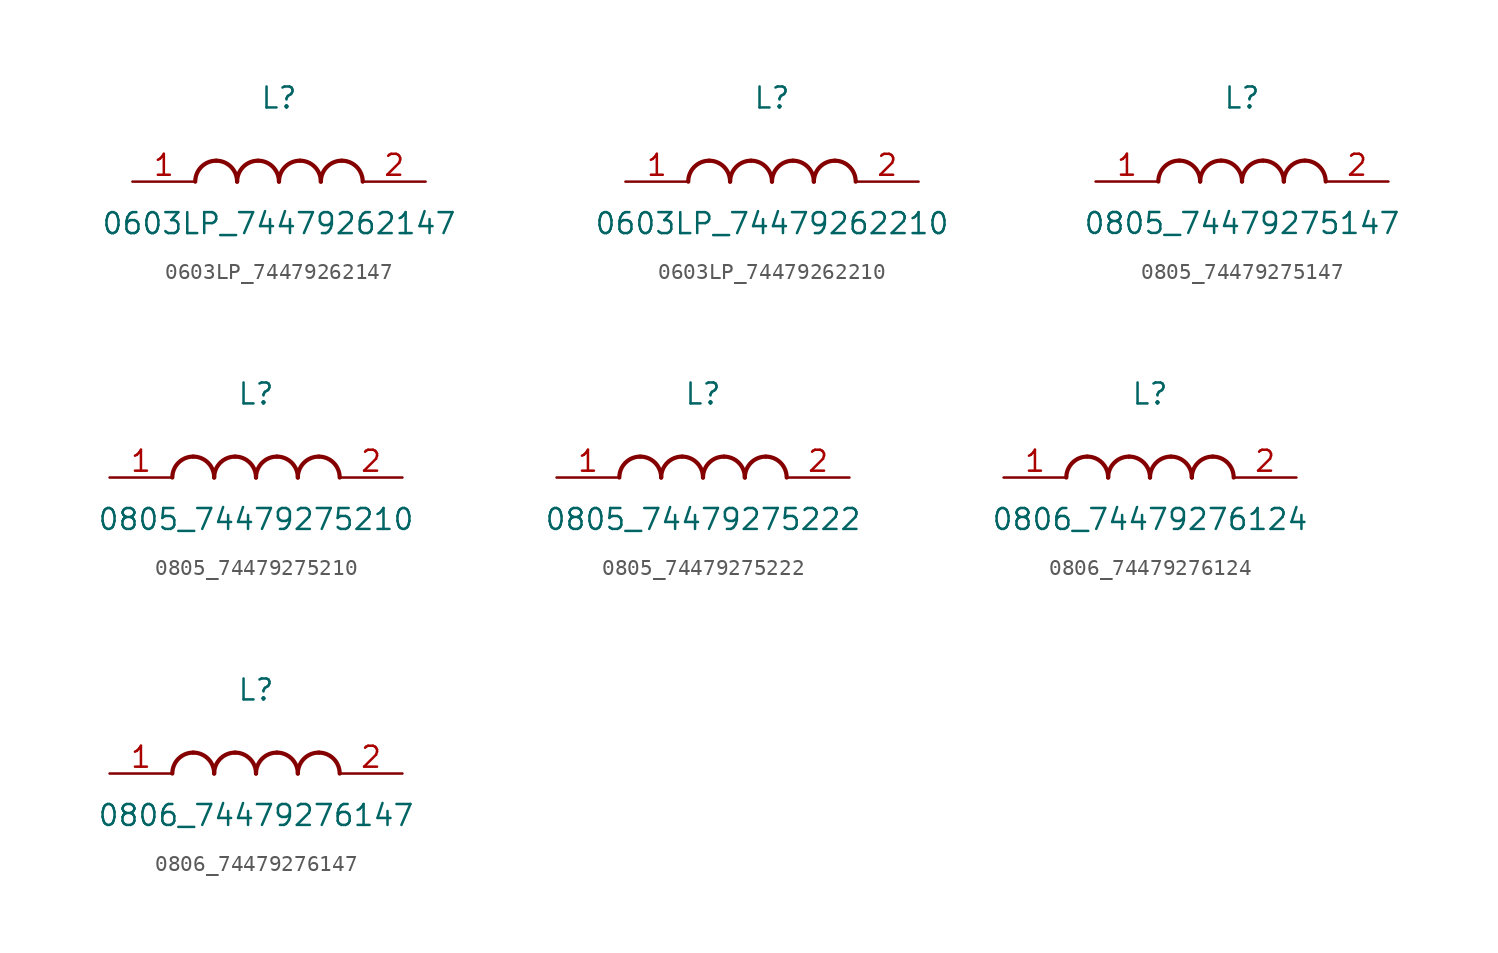
<source format=kicad_sym>
(kicad_symbol_lib
  (version 20211014)
  (generator kicad_symbol_editor)
  (symbol "Inductor_Wurth_WE-PMCI:0603LP_74479262147"
    (pin_names hide)
    (property "Reference" "L"
      (at 0 5.08 0)
      (effects (font (size 1.27 1.27))))
    (property "Value" "0603LP_74479262147"
      (at 0 -2.54 0)
      (effects (font (size 1.27 1.27))))
    (symbol "0603LP_74479262147_0_1"
      (arc (start -3.81 1.27) (mid -4.708 0.898) (end -5.08 0) (stroke (width 0.254) (type default) (color 0 0 0 0)) (fill (type none)))
      (arc (start -2.54 0) (mid -2.912 0.898) (end -3.81 1.27) (stroke (width 0.254) (type default) (color 0 0 0 0)) (fill (type none)))
      (arc (start -1.2699 1.2701) (mid -2.1679 0.8981) (end -2.5399 0.0001) (stroke (width 0.254) (type default) (color 0 0 0 0)) (fill (type none)))
      (arc (start 0.0001 0.0001) (mid -0.3719 0.8981) (end -1.2699 1.2701) (stroke (width 0.254) (type default) (color 0 0 0 0)) (fill (type none)))
      (arc (start 1.2701 1.2701) (mid 0.3721 0.8981) (end 0.0001 0.0001) (stroke (width 0.254) (type default) (color 0 0 0 0)) (fill (type none)))
      (arc (start 2.5401 0.0001) (mid 2.1681 0.8981) (end 1.2701 1.2701) (stroke (width 0.254) (type default) (color 0 0 0 0)) (fill (type none)))
      (arc (start 3.8101 1.2701) (mid 2.9121 0.8981) (end 2.5401 0.0001) (stroke (width 0.254) (type default) (color 0 0 0 0)) (fill (type none)))
      (arc (start 5.0801 0.0001) (mid 4.7081 0.8981) (end 3.8101 1.2701) (stroke (width 0.254) (type default) (color 0 0 0 0)) (fill (type none))))
    (symbol "0603LP_74479262147_1_1"
      (pin passive line (at -8.89 0 0) (length 3.81) (name "1" (effects (font (size 1.27 1.27)))) (number "1" (effects (font (size 1.27 1.27)))))
      (pin passive line (at 8.89 0 180) (length 3.81) (name "2" (effects (font (size 1.27 1.27)))) (number "2" (effects (font (size 1.27 1.27)))))))
  (symbol "Inductor_Wurth_WE-PMCI:0603LP_74479262210"
    (pin_names hide)
    (property "Reference" "L"
      (at 0 5.08 0)
      (effects (font (size 1.27 1.27))))
    (property "Value" "0603LP_74479262210"
      (at 0 -2.54 0)
      (effects (font (size 1.27 1.27))))
    (symbol "0603LP_74479262210_0_1"
      (arc (start -3.81 1.27) (mid -4.708 0.898) (end -5.08 0) (stroke (width 0.254) (type default) (color 0 0 0 0)) (fill (type none)))
      (arc (start -2.54 0) (mid -2.912 0.898) (end -3.81 1.27) (stroke (width 0.254) (type default) (color 0 0 0 0)) (fill (type none)))
      (arc (start -1.2699 1.2701) (mid -2.1679 0.8981) (end -2.5399 0.0001) (stroke (width 0.254) (type default) (color 0 0 0 0)) (fill (type none)))
      (arc (start 0.0001 0.0001) (mid -0.3719 0.8981) (end -1.2699 1.2701) (stroke (width 0.254) (type default) (color 0 0 0 0)) (fill (type none)))
      (arc (start 1.2701 1.2701) (mid 0.3721 0.8981) (end 0.0001 0.0001) (stroke (width 0.254) (type default) (color 0 0 0 0)) (fill (type none)))
      (arc (start 2.5401 0.0001) (mid 2.1681 0.8981) (end 1.2701 1.2701) (stroke (width 0.254) (type default) (color 0 0 0 0)) (fill (type none)))
      (arc (start 3.8101 1.2701) (mid 2.9121 0.8981) (end 2.5401 0.0001) (stroke (width 0.254) (type default) (color 0 0 0 0)) (fill (type none)))
      (arc (start 5.0801 0.0001) (mid 4.7081 0.8981) (end 3.8101 1.2701) (stroke (width 0.254) (type default) (color 0 0 0 0)) (fill (type none))))
    (symbol "0603LP_74479262210_1_1"
      (pin passive line (at -8.89 0 0) (length 3.81) (name "1" (effects (font (size 1.27 1.27)))) (number "1" (effects (font (size 1.27 1.27)))))
      (pin passive line (at 8.89 0 180) (length 3.81) (name "2" (effects (font (size 1.27 1.27)))) (number "2" (effects (font (size 1.27 1.27)))))))
  (symbol "Inductor_Wurth_WE-PMCI:0805_74479275147"
    (pin_names hide)
    (property "Reference" "L"
      (at 0 5.08 0)
      (effects (font (size 1.27 1.27))))
    (property "Value" "0805_74479275147"
      (at 0 -2.54 0)
      (effects (font (size 1.27 1.27))))
    (symbol "0805_74479275147_0_1"
      (arc (start -3.81 1.27) (mid -4.708 0.898) (end -5.08 0) (stroke (width 0.254) (type default) (color 0 0 0 0)) (fill (type none)))
      (arc (start -2.54 0) (mid -2.912 0.898) (end -3.81 1.27) (stroke (width 0.254) (type default) (color 0 0 0 0)) (fill (type none)))
      (arc (start -1.2699 1.2701) (mid -2.1679 0.8981) (end -2.5399 0.0001) (stroke (width 0.254) (type default) (color 0 0 0 0)) (fill (type none)))
      (arc (start 0.0001 0.0001) (mid -0.3719 0.8981) (end -1.2699 1.2701) (stroke (width 0.254) (type default) (color 0 0 0 0)) (fill (type none)))
      (arc (start 1.2701 1.2701) (mid 0.3721 0.8981) (end 0.0001 0.0001) (stroke (width 0.254) (type default) (color 0 0 0 0)) (fill (type none)))
      (arc (start 2.5401 0.0001) (mid 2.1681 0.8981) (end 1.2701 1.2701) (stroke (width 0.254) (type default) (color 0 0 0 0)) (fill (type none)))
      (arc (start 3.8101 1.2701) (mid 2.9121 0.8981) (end 2.5401 0.0001) (stroke (width 0.254) (type default) (color 0 0 0 0)) (fill (type none)))
      (arc (start 5.0801 0.0001) (mid 4.7081 0.8981) (end 3.8101 1.2701) (stroke (width 0.254) (type default) (color 0 0 0 0)) (fill (type none))))
    (symbol "0805_74479275147_1_1"
      (pin passive line (at -8.89 0 0) (length 3.81) (name "1" (effects (font (size 1.27 1.27)))) (number "1" (effects (font (size 1.27 1.27)))))
      (pin passive line (at 8.89 0 180) (length 3.81) (name "2" (effects (font (size 1.27 1.27)))) (number "2" (effects (font (size 1.27 1.27)))))))
  (symbol "Inductor_Wurth_WE-PMCI:0805_74479275210"
    (pin_names hide)
    (property "Reference" "L"
      (at 0 5.08 0)
      (effects (font (size 1.27 1.27))))
    (property "Value" "0805_74479275210"
      (at 0 -2.54 0)
      (effects (font (size 1.27 1.27))))
    (symbol "0805_74479275210_0_1"
      (arc (start -3.81 1.27) (mid -4.708 0.898) (end -5.08 0) (stroke (width 0.254) (type default) (color 0 0 0 0)) (fill (type none)))
      (arc (start -2.54 0) (mid -2.912 0.898) (end -3.81 1.27) (stroke (width 0.254) (type default) (color 0 0 0 0)) (fill (type none)))
      (arc (start -1.2699 1.2701) (mid -2.1679 0.8981) (end -2.5399 0.0001) (stroke (width 0.254) (type default) (color 0 0 0 0)) (fill (type none)))
      (arc (start 0.0001 0.0001) (mid -0.3719 0.8981) (end -1.2699 1.2701) (stroke (width 0.254) (type default) (color 0 0 0 0)) (fill (type none)))
      (arc (start 1.2701 1.2701) (mid 0.3721 0.8981) (end 0.0001 0.0001) (stroke (width 0.254) (type default) (color 0 0 0 0)) (fill (type none)))
      (arc (start 2.5401 0.0001) (mid 2.1681 0.8981) (end 1.2701 1.2701) (stroke (width 0.254) (type default) (color 0 0 0 0)) (fill (type none)))
      (arc (start 3.8101 1.2701) (mid 2.9121 0.8981) (end 2.5401 0.0001) (stroke (width 0.254) (type default) (color 0 0 0 0)) (fill (type none)))
      (arc (start 5.0801 0.0001) (mid 4.7081 0.8981) (end 3.8101 1.2701) (stroke (width 0.254) (type default) (color 0 0 0 0)) (fill (type none))))
    (symbol "0805_74479275210_1_1"
      (pin passive line (at -8.89 0 0) (length 3.81) (name "1" (effects (font (size 1.27 1.27)))) (number "1" (effects (font (size 1.27 1.27)))))
      (pin passive line (at 8.89 0 180) (length 3.81) (name "2" (effects (font (size 1.27 1.27)))) (number "2" (effects (font (size 1.27 1.27)))))))
  (symbol "Inductor_Wurth_WE-PMCI:0805_74479275222"
    (pin_names hide)
    (property "Reference" "L"
      (at 0 5.08 0)
      (effects (font (size 1.27 1.27))))
    (property "Value" "0805_74479275222"
      (at 0 -2.54 0)
      (effects (font (size 1.27 1.27))))
    (symbol "0805_74479275222_0_1"
      (arc (start -3.81 1.27) (mid -4.708 0.898) (end -5.08 0) (stroke (width 0.254) (type default) (color 0 0 0 0)) (fill (type none)))
      (arc (start -2.54 0) (mid -2.912 0.898) (end -3.81 1.27) (stroke (width 0.254) (type default) (color 0 0 0 0)) (fill (type none)))
      (arc (start -1.2699 1.2701) (mid -2.1679 0.8981) (end -2.5399 0.0001) (stroke (width 0.254) (type default) (color 0 0 0 0)) (fill (type none)))
      (arc (start 0.0001 0.0001) (mid -0.3719 0.8981) (end -1.2699 1.2701) (stroke (width 0.254) (type default) (color 0 0 0 0)) (fill (type none)))
      (arc (start 1.2701 1.2701) (mid 0.3721 0.8981) (end 0.0001 0.0001) (stroke (width 0.254) (type default) (color 0 0 0 0)) (fill (type none)))
      (arc (start 2.5401 0.0001) (mid 2.1681 0.8981) (end 1.2701 1.2701) (stroke (width 0.254) (type default) (color 0 0 0 0)) (fill (type none)))
      (arc (start 3.8101 1.2701) (mid 2.9121 0.8981) (end 2.5401 0.0001) (stroke (width 0.254) (type default) (color 0 0 0 0)) (fill (type none)))
      (arc (start 5.0801 0.0001) (mid 4.7081 0.8981) (end 3.8101 1.2701) (stroke (width 0.254) (type default) (color 0 0 0 0)) (fill (type none))))
    (symbol "0805_74479275222_1_1"
      (pin passive line (at -8.89 0 0) (length 3.81) (name "1" (effects (font (size 1.27 1.27)))) (number "1" (effects (font (size 1.27 1.27)))))
      (pin passive line (at 8.89 0 180) (length 3.81) (name "2" (effects (font (size 1.27 1.27)))) (number "2" (effects (font (size 1.27 1.27)))))))
  (symbol "Inductor_Wurth_WE-PMCI:0806_74479276124"
    (pin_names hide)
    (property "Reference" "L"
      (at 0 5.08 0)
      (effects (font (size 1.27 1.27))))
    (property "Value" "0806_74479276124"
      (at 0 -2.54 0)
      (effects (font (size 1.27 1.27))))
    (symbol "0806_74479276124_0_1"
      (arc (start -3.81 1.27) (mid -4.708 0.898) (end -5.08 0) (stroke (width 0.254) (type default) (color 0 0 0 0)) (fill (type none)))
      (arc (start -2.54 0) (mid -2.912 0.898) (end -3.81 1.27) (stroke (width 0.254) (type default) (color 0 0 0 0)) (fill (type none)))
      (arc (start -1.2699 1.2701) (mid -2.1679 0.8981) (end -2.5399 0.0001) (stroke (width 0.254) (type default) (color 0 0 0 0)) (fill (type none)))
      (arc (start 0.0001 0.0001) (mid -0.3719 0.8981) (end -1.2699 1.2701) (stroke (width 0.254) (type default) (color 0 0 0 0)) (fill (type none)))
      (arc (start 1.2701 1.2701) (mid 0.3721 0.8981) (end 0.0001 0.0001) (stroke (width 0.254) (type default) (color 0 0 0 0)) (fill (type none)))
      (arc (start 2.5401 0.0001) (mid 2.1681 0.8981) (end 1.2701 1.2701) (stroke (width 0.254) (type default) (color 0 0 0 0)) (fill (type none)))
      (arc (start 3.8101 1.2701) (mid 2.9121 0.8981) (end 2.5401 0.0001) (stroke (width 0.254) (type default) (color 0 0 0 0)) (fill (type none)))
      (arc (start 5.0801 0.0001) (mid 4.7081 0.8981) (end 3.8101 1.2701) (stroke (width 0.254) (type default) (color 0 0 0 0)) (fill (type none))))
    (symbol "0806_74479276124_1_1"
      (pin passive line (at -8.89 0 0) (length 3.81) (name "1" (effects (font (size 1.27 1.27)))) (number "1" (effects (font (size 1.27 1.27)))))
      (pin passive line (at 8.89 0 180) (length 3.81) (name "2" (effects (font (size 1.27 1.27)))) (number "2" (effects (font (size 1.27 1.27)))))))
  (symbol "Inductor_Wurth_WE-PMCI:0806_74479276147"
    (pin_names hide)
    (property "Reference" "L"
      (at 0 5.08 0)
      (effects (font (size 1.27 1.27))))
    (property "Value" "0806_74479276147"
      (at 0 -2.54 0)
      (effects (font (size 1.27 1.27))))
    (symbol "0806_74479276147_0_1"
      (arc (start -3.81 1.27) (mid -4.708 0.898) (end -5.08 0) (stroke (width 0.254) (type default) (color 0 0 0 0)) (fill (type none)))
      (arc (start -2.54 0) (mid -2.912 0.898) (end -3.81 1.27) (stroke (width 0.254) (type default) (color 0 0 0 0)) (fill (type none)))
      (arc (start -1.2699 1.2701) (mid -2.1679 0.8981) (end -2.5399 0.0001) (stroke (width 0.254) (type default) (color 0 0 0 0)) (fill (type none)))
      (arc (start 0.0001 0.0001) (mid -0.3719 0.8981) (end -1.2699 1.2701) (stroke (width 0.254) (type default) (color 0 0 0 0)) (fill (type none)))
      (arc (start 1.2701 1.2701) (mid 0.3721 0.8981) (end 0.0001 0.0001) (stroke (width 0.254) (type default) (color 0 0 0 0)) (fill (type none)))
      (arc (start 2.5401 0.0001) (mid 2.1681 0.8981) (end 1.2701 1.2701) (stroke (width 0.254) (type default) (color 0 0 0 0)) (fill (type none)))
      (arc (start 3.8101 1.2701) (mid 2.9121 0.8981) (end 2.5401 0.0001) (stroke (width 0.254) (type default) (color 0 0 0 0)) (fill (type none)))
      (arc (start 5.0801 0.0001) (mid 4.7081 0.8981) (end 3.8101 1.2701) (stroke (width 0.254) (type default) (color 0 0 0 0)) (fill (type none))))
    (symbol "0806_74479276147_1_1"
      (pin passive line (at -8.89 0 0) (length 3.81) (name "1" (effects (font (size 1.27 1.27)))) (number "1" (effects (font (size 1.27 1.27)))))
      (pin passive line (at 8.89 0 180) (length 3.81) (name "2" (effects (font (size 1.27 1.27)))) (number "2" (effects (font (size 1.27 1.27))))))))
</source>
